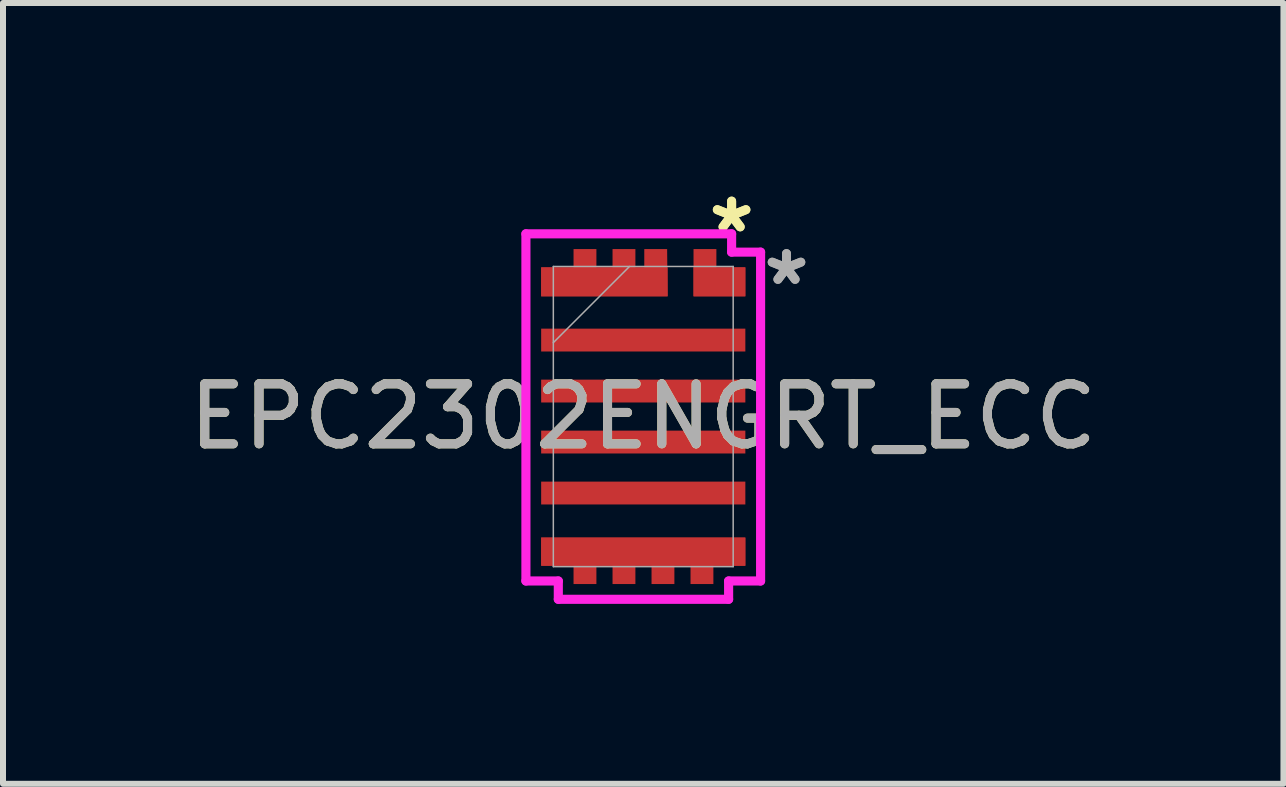
<source format=kicad_pcb>
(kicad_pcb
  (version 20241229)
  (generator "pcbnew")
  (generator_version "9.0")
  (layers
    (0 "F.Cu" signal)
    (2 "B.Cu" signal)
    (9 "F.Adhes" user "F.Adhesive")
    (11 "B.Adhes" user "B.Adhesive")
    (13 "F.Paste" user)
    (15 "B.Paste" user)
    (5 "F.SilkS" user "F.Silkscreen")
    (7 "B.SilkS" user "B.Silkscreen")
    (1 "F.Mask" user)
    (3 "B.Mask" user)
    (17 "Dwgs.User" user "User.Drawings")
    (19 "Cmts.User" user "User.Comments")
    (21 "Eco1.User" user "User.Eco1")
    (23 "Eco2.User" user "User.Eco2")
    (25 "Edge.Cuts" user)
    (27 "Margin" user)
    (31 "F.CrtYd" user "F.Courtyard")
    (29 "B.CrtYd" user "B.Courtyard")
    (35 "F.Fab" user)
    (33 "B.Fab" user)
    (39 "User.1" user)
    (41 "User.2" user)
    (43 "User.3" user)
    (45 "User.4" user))
  (footprint "EPC2302ENGRT_ECC"
    (layer "F.Cu")
    (at 7.673 3.894)
    (property "Reference" "EPC2302ENGRT_ECC" (at 0 0 0) (unlocked yes) (layer "F.SilkS") (effects (font (size 1 1) (thickness 0.15))))
    (attr smd)
    (fp_poly (pts (xy 0.838 -2.792) (xy 1.219 -2.792) (xy 1.219 -2.487) (xy 1.702 -2.487) (xy 1.702 -2.004) (xy 0.838 -2.004)) (stroke (width 0) (type solid)) (fill yes) (layer "F.Cu"))
    (fp_poly (pts (xy -1.702 -2.487) (xy -1.162 -2.487) (xy -1.162 -2.792) (xy -0.781 -2.792) (xy -0.781 -2.487) (xy -0.512 -2.487) (xy -0.512 -2.792) (xy -0.131 -2.792) (xy -0.131 -2.487) (xy 0.017 -2.487) (xy 0.017 -2.792) (xy 0.398 -2.792) (xy 0.406 -2.004) (xy -1.702 -2.004)) (stroke (width 0) (type solid)) (fill yes) (layer "F.Cu"))
    (fp_poly (pts (xy -1.702 2.487) (xy -1.162 2.487) (xy -1.162 2.792) (xy -0.781 2.792) (xy -0.781 2.487) (xy -0.512 2.487) (xy -0.512 2.792) (xy -0.131 2.792) (xy -0.131 2.487) (xy 0.138 2.487) (xy 0.138 2.792) (xy 0.519 2.792) (xy 0.519 2.487) (xy 0.788 2.487) (xy 0.788 2.792) (xy 1.169 2.792) (xy 1.169 2.487) (xy 1.702 2.487) (xy 1.702 2.017) (xy -1.702 2.017)) (stroke (width 0) (type solid)) (fill yes) (layer "F.Cu"))
    (fp_poly (pts (xy 0.838 -2.792) (xy 1.219 -2.792) (xy 1.219 -2.487) (xy 1.702 -2.487) (xy 1.702 -2.004) (xy 0.838 -2.004)) (stroke (width 0) (type solid)) (fill yes) (layer "F.Mask"))
    (fp_poly (pts (xy -1.702 -2.487) (xy -1.162 -2.487) (xy -1.162 -2.792) (xy -0.781 -2.792) (xy -0.781 -2.487) (xy -0.512 -2.487) (xy -0.512 -2.792) (xy -0.131 -2.792) (xy -0.131 -2.487) (xy 0.017 -2.487) (xy 0.017 -2.792) (xy 0.398 -2.792) (xy 0.406 -2.004) (xy -1.702 -2.004)) (stroke (width 0) (type solid)) (fill yes) (layer "F.Mask"))
    (fp_poly (pts (xy -1.702 2.487) (xy -1.162 2.487) (xy -1.162 2.792) (xy -0.781 2.792) (xy -0.781 2.487) (xy -0.512 2.487) (xy -0.512 2.792) (xy -0.131 2.792) (xy -0.131 2.487) (xy 0.138 2.487) (xy 0.138 2.792) (xy 0.519 2.792) (xy 0.519 2.487) (xy 0.788 2.487) (xy 0.788 2.792) (xy 1.169 2.792) (xy 1.169 2.487) (xy 1.702 2.487) (xy 1.702 2.017) (xy -1.702 2.017)) (stroke (width 0) (type solid)) (fill yes) (layer "F.Mask"))
    (fp_poly (pts (xy 0.838 -2.792) (xy 1.219 -2.792) (xy 1.219 -2.487) (xy 1.702 -2.487) (xy 1.702 -2.004) (xy 0.838 -2.004)) (stroke (width 0) (type solid)) (fill yes) (layer "F.Paste"))
    (fp_poly (pts (xy -1.702 -2.487) (xy -1.162 -2.487) (xy -1.162 -2.792) (xy -0.781 -2.792) (xy -0.781 -2.487) (xy -0.512 -2.487) (xy -0.512 -2.792) (xy -0.131 -2.792) (xy -0.131 -2.487) (xy 0.017 -2.487) (xy 0.017 -2.792) (xy 0.398 -2.792) (xy 0.406 -2.004) (xy -1.702 -2.004)) (stroke (width 0) (type solid)) (fill yes) (layer "F.Paste"))
    (fp_poly (pts (xy -1.702 2.487) (xy -1.162 2.487) (xy -1.162 2.792) (xy -0.781 2.792) (xy -0.781 2.487) (xy -0.512 2.487) (xy -0.512 2.792) (xy -0.131 2.792) (xy -0.131 2.487) (xy 0.138 2.487) (xy 0.138 2.792) (xy 0.519 2.792) (xy 0.519 2.487) (xy 0.788 2.487) (xy 0.788 2.792) (xy 1.169 2.792) (xy 1.169 2.487) (xy 1.702 2.487) (xy 1.702 2.017) (xy -1.702 2.017)) (stroke (width 0) (type solid)) (fill yes) (layer "F.Paste"))
    (fp_line (start -1.956 -3.046) (end -1.956 2.741) (stroke (width 0.152) (type solid)) (layer "F.CrtYd"))
    (fp_line (start -1.956 2.741) (end -1.416 2.741) (stroke (width 0.152) (type solid)) (layer "F.CrtYd"))
    (fp_line (start -1.416 2.741) (end -1.416 3.046) (stroke (width 0.152) (type solid)) (layer "F.CrtYd"))
    (fp_line (start -1.416 3.046) (end 1.423 3.046) (stroke (width 0.152) (type solid)) (layer "F.CrtYd"))
    (fp_line (start 1.423 2.741) (end 1.956 2.741) (stroke (width 0.152) (type solid)) (layer "F.CrtYd"))
    (fp_line (start 1.423 3.046) (end 1.423 2.741) (stroke (width 0.152) (type solid)) (layer "F.CrtYd"))
    (fp_line (start 1.473 -3.046) (end -1.956 -3.046) (stroke (width 0.152) (type solid)) (layer "F.CrtYd"))
    (fp_line (start 1.473 -2.741) (end 1.473 -3.046) (stroke (width 0.152) (type solid)) (layer "F.CrtYd"))
    (fp_line (start 1.956 -2.741) (end 1.473 -2.741) (stroke (width 0.152) (type solid)) (layer "F.CrtYd"))
    (fp_line (start 1.956 2.741) (end 1.956 -2.741) (stroke (width 0.152) (type solid)) (layer "F.CrtYd"))
    (fp_line (start -1.499 -2.502) (end -1.499 2.502) (stroke (width 0.025) (type solid)) (layer "F.Fab"))
    (fp_line (start -1.499 -1.232) (end -0.229 -2.502) (stroke (width 0.025) (type solid)) (layer "F.Fab"))
    (fp_line (start -1.499 2.502) (end 1.499 2.502) (stroke (width 0.025) (type solid)) (layer "F.Fab"))
    (fp_line (start 1.499 -2.502) (end -1.499 -2.502) (stroke (width 0.025) (type solid)) (layer "F.Fab"))
    (fp_line (start 1.499 2.502) (end 1.499 -2.502) (stroke (width 0.025) (type solid)) (layer "F.Fab"))
    (fp_text user "*" (at 1.473 -3.046 0) (layer "F.SilkS") (effects (font (size 1 1) (thickness 0.15))))
    (fp_text user "*" (at 1.473 -3.046 0) (unlocked yes) (layer "F.SilkS") (effects (font (size 1 1) (thickness 0.15))))
    (fp_text user "${REFERENCE}" (at 0 0 0) (unlocked yes) (layer "F.Fab") (effects (font (size 1 1) (thickness 0.15))))
    (fp_text user "*" (at 2.388 -2.171 0) (unlocked yes) (layer "F.Fab") (effects (font (size 1 1) (thickness 0.15))))
    (fp_text user "*" (at 2.388 -2.171 0) (layer "F.Fab") (effects (font (size 1 1) (thickness 0.15))))
    (pad "1" smd rect (at 1.27 -2.246) (size 0.864 0.483) (layers "F.Cu" "F.Mask" "F.Paste"))
    (pad "2" smd rect (at -0.648 -2.246) (size 2.108 0.483) (layers "F.Cu" "F.Mask" "F.Paste"))
    (pad "3" smd rect (at 0 -1.275) (size 3.404 0.381) (layers "F.Cu" "F.Mask" "F.Paste"))
    (pad "4" smd rect (at 0 -0.425) (size 3.404 0.381) (layers "F.Cu" "F.Mask" "F.Paste"))
    (pad "5" smd rect (at 0 0.425) (size 3.404 0.381) (layers "F.Cu" "F.Mask" "F.Paste"))
    (pad "6" smd rect (at 0 1.275) (size 3.404 0.381) (layers "F.Cu" "F.Mask" "F.Paste"))
    (pad "7" smd rect (at 0 2.252) (size 3.404 0.47) (layers "F.Cu" "F.Mask" "F.Paste")))
  (gr_rect
    (start -3 -3)
    (end 18.345 10.016)
    (stroke (width 0.1) (type default))
    (fill no)
    (layer "Edge.Cuts")))
</source>
